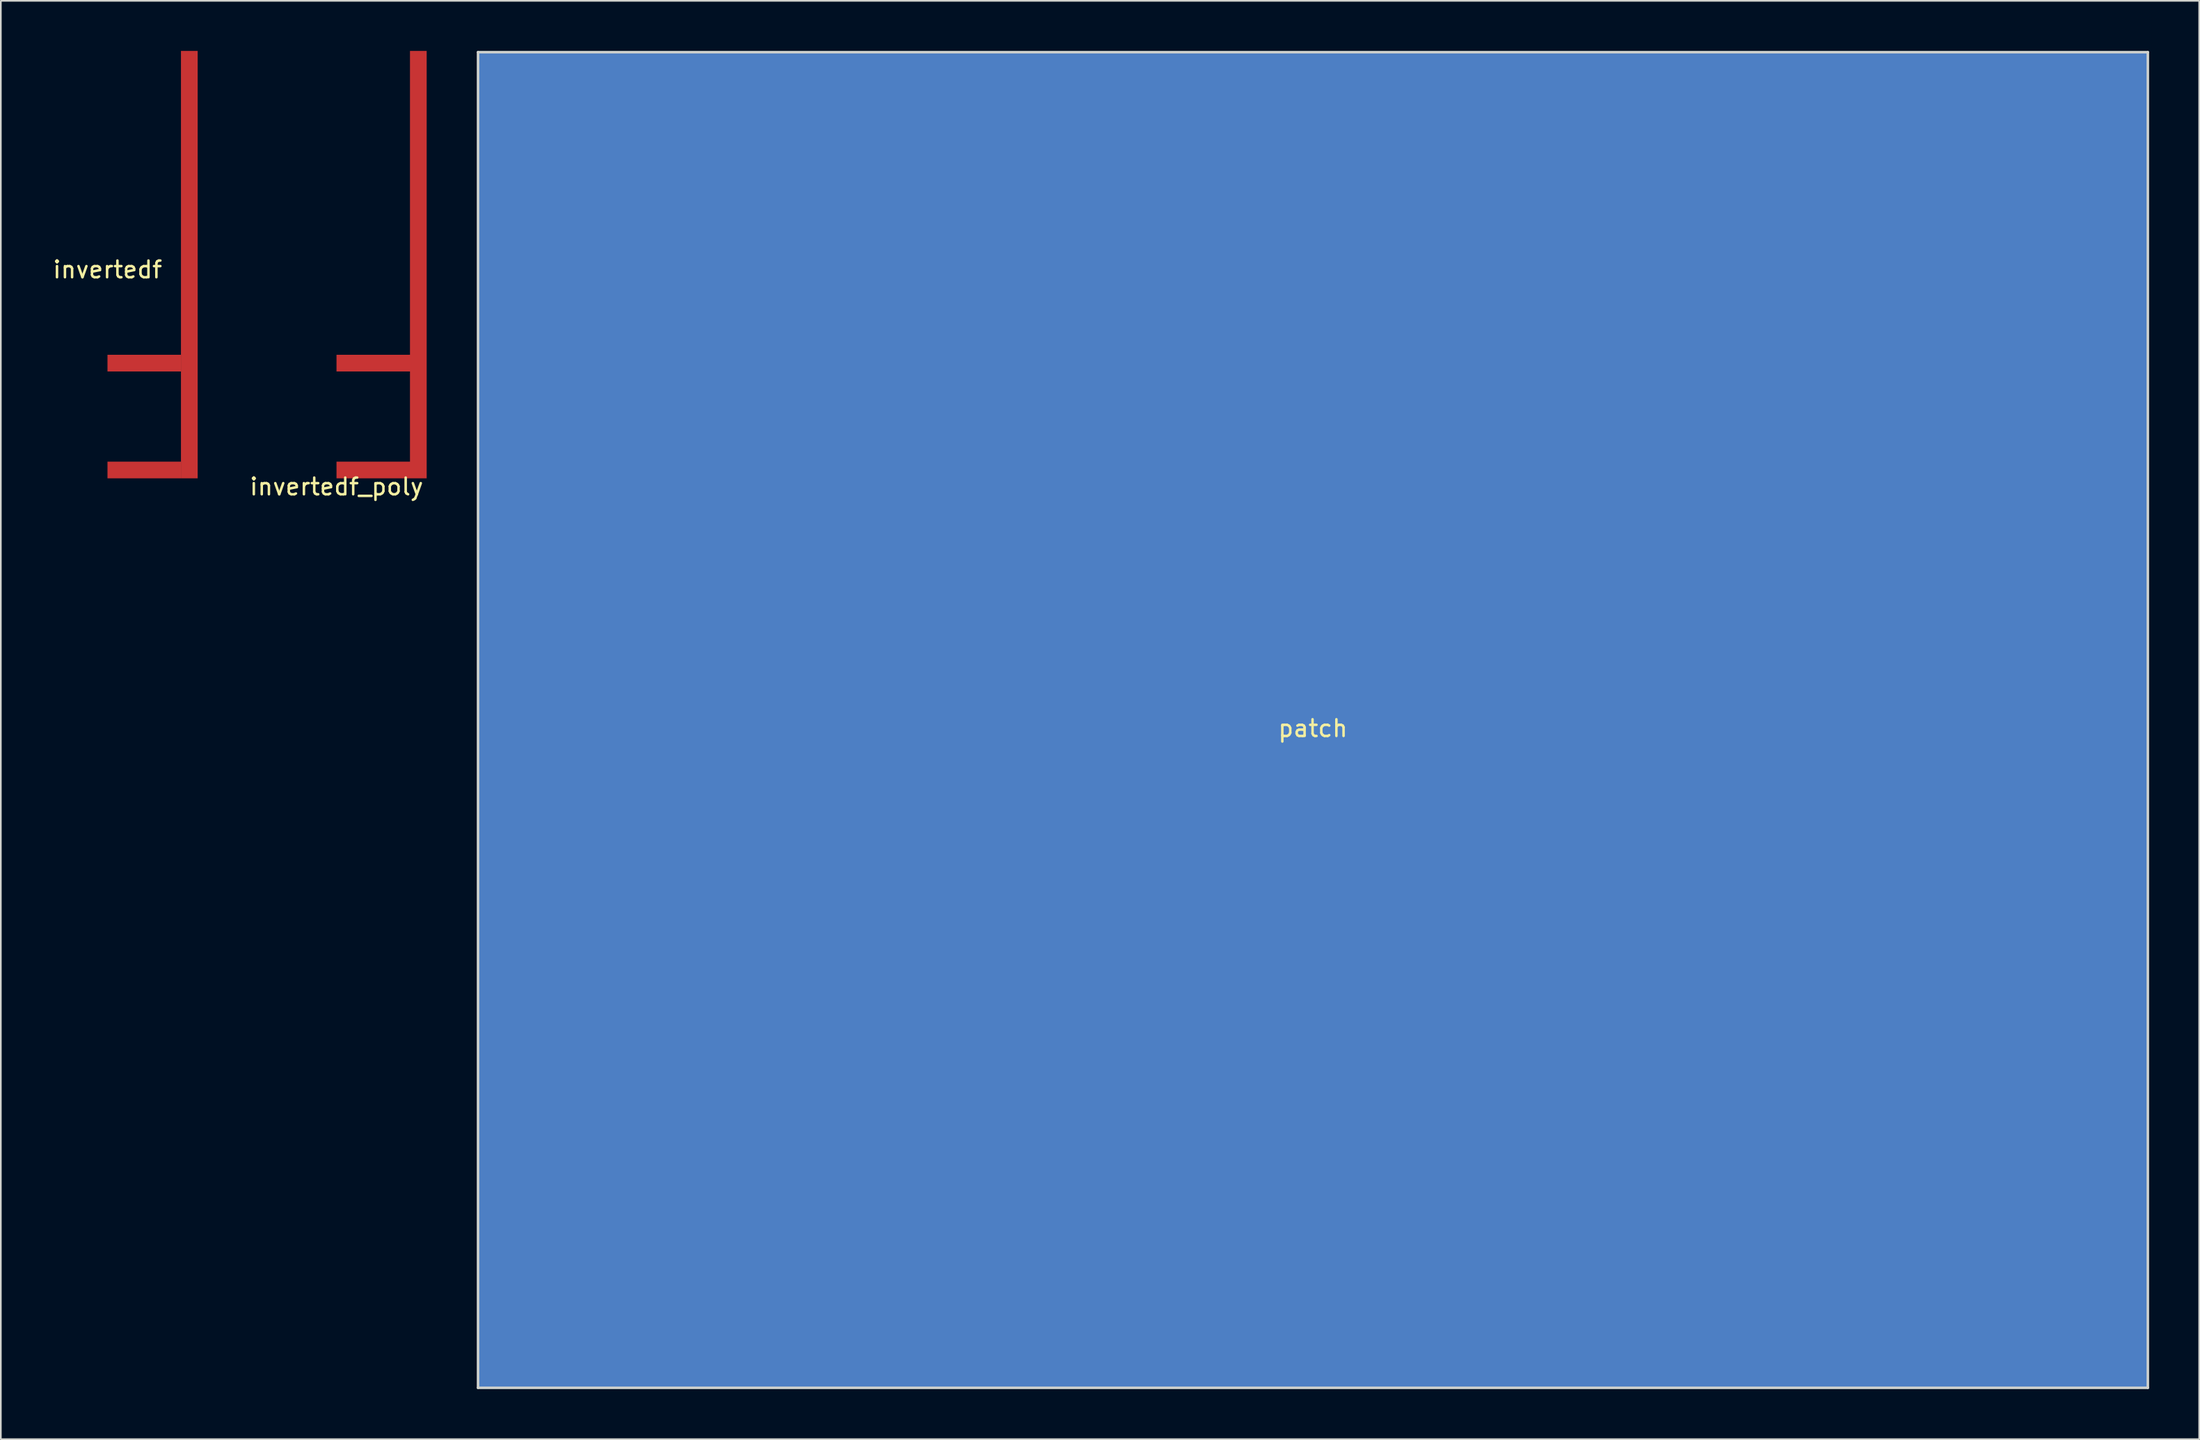
<source format=kicad_pcb>
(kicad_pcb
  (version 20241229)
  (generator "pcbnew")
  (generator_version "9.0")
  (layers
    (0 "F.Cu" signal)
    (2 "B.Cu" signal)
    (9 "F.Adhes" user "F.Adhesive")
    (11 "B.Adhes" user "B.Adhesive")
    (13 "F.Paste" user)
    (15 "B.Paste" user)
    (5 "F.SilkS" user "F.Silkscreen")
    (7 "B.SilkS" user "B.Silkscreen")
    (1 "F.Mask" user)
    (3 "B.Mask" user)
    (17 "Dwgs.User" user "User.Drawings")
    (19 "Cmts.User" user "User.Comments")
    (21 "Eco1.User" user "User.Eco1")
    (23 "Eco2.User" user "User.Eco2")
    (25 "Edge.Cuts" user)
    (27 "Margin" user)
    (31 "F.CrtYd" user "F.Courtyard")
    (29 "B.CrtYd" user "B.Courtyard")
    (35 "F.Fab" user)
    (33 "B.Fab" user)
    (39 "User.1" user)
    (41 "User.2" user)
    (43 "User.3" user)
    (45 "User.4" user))
  (footprint "invertedf"
    (layer "F.Cu")
    (at 3.387 12.6)
    (property "Reference" "invertedf" (at 0 0.5 0) (layer "F.SilkS") (effects (font (size 1 1) (thickness 0.15))))
    (attr through_hole)
    (fp_poly (pts (xy 4.4 6.6) (xy 0 6.6) (xy 0 5.6) (xy 4.4 5.6) (xy 4.4 6.6)) (stroke (width 0) (type solid)) (fill yes) (layer "F.Cu"))
    (fp_poly (pts (xy 4.4 13) (xy 0 13) (xy 0 12) (xy 4.4 12) (xy 4.4 13)) (stroke (width 0) (type solid)) (fill yes) (layer "F.Cu"))
    (fp_poly (pts (xy 4.4 13) (xy 5.4 13) (xy 5.4 -12.6) (xy 4.4 -12.6) (xy 4.4 13)) (stroke (width 0) (type solid)) (fill yes) (layer "F.Cu")))
  (footprint "patch"
    (layer "F.Cu")
    (at 75.577 40.075)
    (property "Reference" "patch" (at 0 0.5 0) (layer "F.SilkS") (effects (font (size 1 1) (thickness 0.15))))
    (attr through_hole)
    (fp_poly (pts (xy -25.4 -13.6) (xy 25.4 -13.6) (xy 25.4 13.6) (xy -25.4 13.6) (xy -25.4 -13.6)) (stroke (width 0) (type solid)) (fill yes) (layer "F.Cu"))
    (fp_poly (pts (xy -1.55 32.004) (xy 1.55 32.004) (xy 1.55 40) (xy -1.55 40) (xy -1.55 32.004)) (stroke (width 0) (type solid)) (fill yes) (layer "F.Cu"))
    (fp_poly (pts (xy -0.65 13.6) (xy 0.65 13.6) (xy 0.65 32.004) (xy -0.65 32.004) (xy -0.65 13.6)) (stroke (width 0) (type solid)) (fill yes) (layer "F.Cu"))
    (fp_poly (pts (xy -4 40) (xy 4 40) (xy 4 36) (xy -4 36) (xy -4 40)) (stroke (width 0) (type solid)) (fill yes) (layer "F.Mask"))
    (fp_poly (pts (xy -50 -40) (xy 50 -40) (xy 50 40) (xy -50 40) (xy -50 -40)) (stroke (width 0) (type solid)) (fill yes) (layer "B.Cu"))
    (fp_poly (pts (xy -4 40) (xy 4 40) (xy 4 36) (xy -4 36) (xy -4 40)) (stroke (width 0) (type solid)) (fill yes) (layer "B.Mask"))
    (fp_line (start -50 -40) (end 50 -40) (stroke (width 0.15) (type solid)) (layer "Edge.Cuts"))
    (fp_line (start -50 40) (end -50 -40) (stroke (width 0.15) (type solid)) (layer "Edge.Cuts"))
    (fp_line (start 50 -40) (end 50 40) (stroke (width 0.15) (type solid)) (layer "Edge.Cuts"))
    (fp_line (start 50 40) (end -50 40) (stroke (width 0.15) (type solid)) (layer "Edge.Cuts")))
  (footprint "invertedf_poly"
    (layer "F.Cu")
    (at 17.102 25.6)
    (property "Reference" "invertedf_poly" (at 0 0.5 0) (layer "F.SilkS") (effects (font (size 1 1) (thickness 0.15))))
    (attr through_hole)
    (fp_poly (pts (xy 0 0) (xy 5.4 0) (xy 5.4 -25.6) (xy 4.4 -25.6) (xy 4.4 -7.4) (xy 0 -7.4) (xy 0 -6.4) (xy 4.4 -6.4) (xy 4.4 -1) (xy 0 -1) (xy 0 0)) (stroke (width 0) (type solid)) (fill yes) (layer "F.Cu")))
  (gr_rect
    (start -3 -3)
    (end 128.652 83.15)
    (stroke (width 0.1) (type default))
    (fill no)
    (layer "Edge.Cuts")))
</source>
